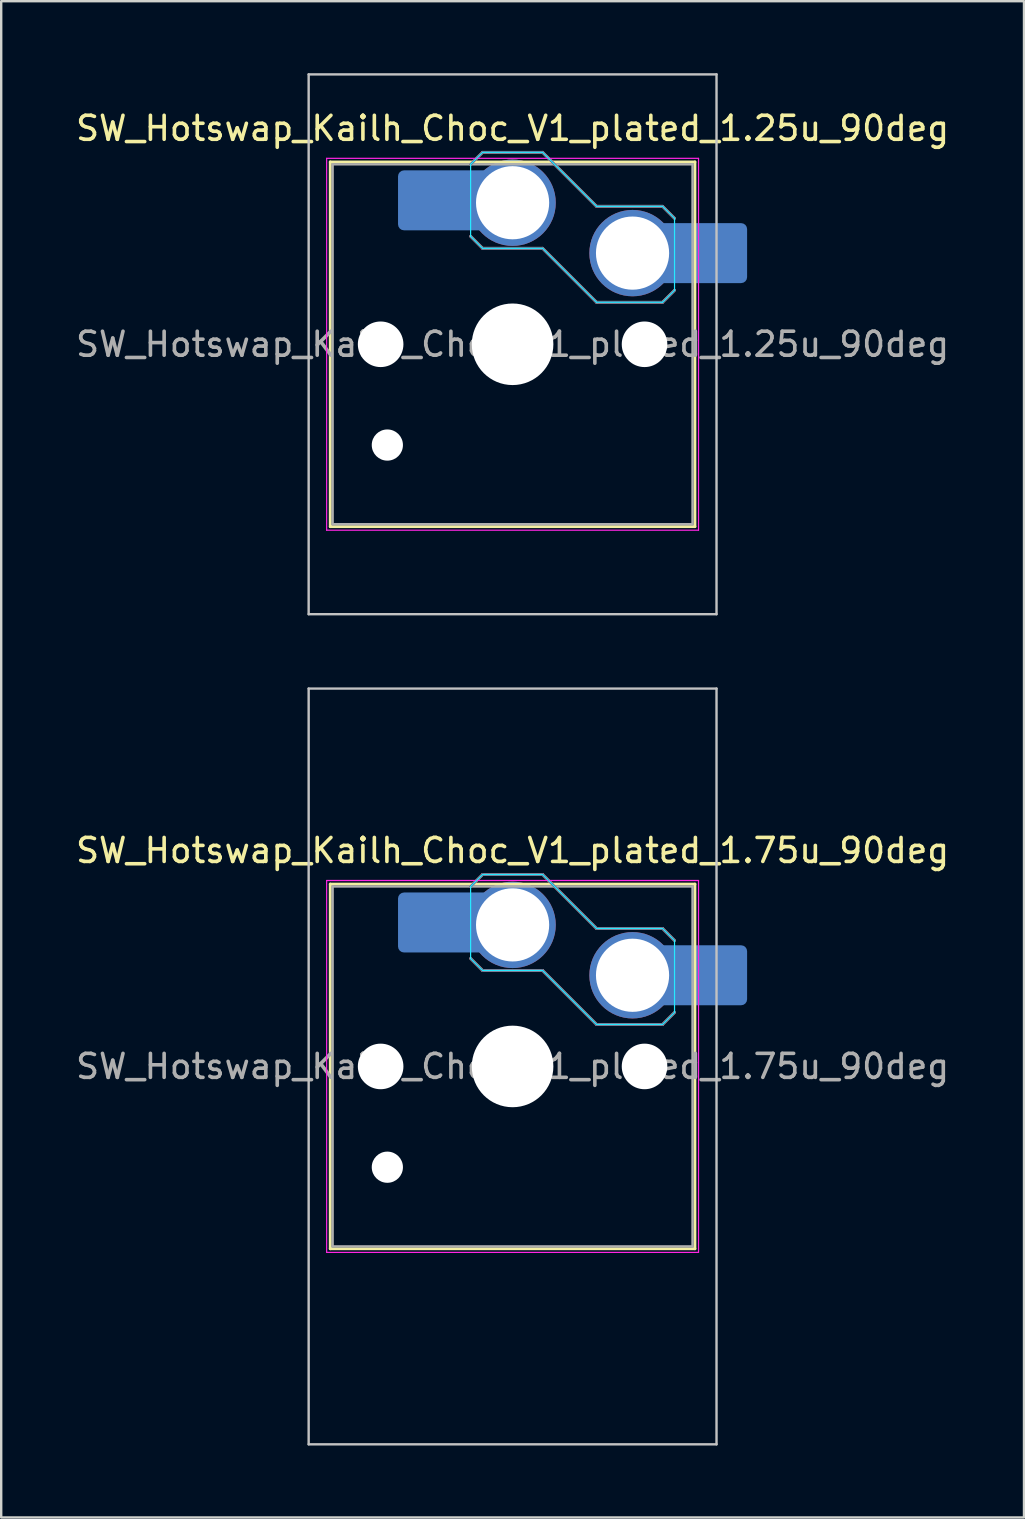
<source format=kicad_pcb>
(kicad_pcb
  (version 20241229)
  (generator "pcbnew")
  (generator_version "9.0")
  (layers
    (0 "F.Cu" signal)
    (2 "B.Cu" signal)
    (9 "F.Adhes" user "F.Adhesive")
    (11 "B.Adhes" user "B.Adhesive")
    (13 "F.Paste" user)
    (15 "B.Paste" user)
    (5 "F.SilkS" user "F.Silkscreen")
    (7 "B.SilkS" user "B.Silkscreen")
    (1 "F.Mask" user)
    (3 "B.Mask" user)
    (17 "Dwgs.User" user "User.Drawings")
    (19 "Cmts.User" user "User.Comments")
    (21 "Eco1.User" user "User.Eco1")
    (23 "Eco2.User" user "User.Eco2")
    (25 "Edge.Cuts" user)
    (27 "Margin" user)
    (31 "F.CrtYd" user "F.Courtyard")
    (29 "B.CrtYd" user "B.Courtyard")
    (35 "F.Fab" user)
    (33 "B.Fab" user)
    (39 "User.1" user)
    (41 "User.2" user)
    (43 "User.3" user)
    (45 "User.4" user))
  (footprint "SW_Hotswap_Kailh_Choc_V1_plated_1.25u_90deg"
    (layer "F.Cu")
    (at 18.315 11.3)
    (property "Reference" "SW_Hotswap_Kailh_Choc_V1_plated_1.25u_90deg" (at 0 -9 0) (layer "F.SilkS") (effects (font (size 1 1) (thickness 0.15))))
    (attr smd)
    (fp_line (start -7.6 -7.6) (end -7.6 7.6) (stroke (width 0.12) (type solid)) (layer "F.SilkS"))
    (fp_line (start -7.6 7.6) (end 7.6 7.6) (stroke (width 0.12) (type solid)) (layer "F.SilkS"))
    (fp_line (start 7.6 -7.6) (end -7.6 -7.6) (stroke (width 0.12) (type solid)) (layer "F.SilkS"))
    (fp_line (start 7.6 7.6) (end 7.6 -7.6) (stroke (width 0.12) (type solid)) (layer "F.SilkS"))
    (fp_line (start -1.75 -7.5) (end -1.25 -8) (stroke (width 0.12) (type solid)) (layer "B.SilkS"))
    (fp_line (start -1.25 -8) (end 1.25 -8) (stroke (width 0.12) (type solid)) (layer "B.SilkS"))
    (fp_line (start -1.25 -4) (end -1.75 -4.5) (stroke (width 0.12) (type solid)) (layer "B.SilkS"))
    (fp_line (start 1.25 -8) (end 3.5 -5.75) (stroke (width 0.12) (type solid)) (layer "B.SilkS"))
    (fp_line (start 1.25 -4) (end -1.25 -4) (stroke (width 0.12) (type solid)) (layer "B.SilkS"))
    (fp_line (start 3.5 -5.75) (end 6.25 -5.75) (stroke (width 0.12) (type solid)) (layer "B.SilkS"))
    (fp_line (start 3.5 -1.75) (end 1.25 -4) (stroke (width 0.12) (type solid)) (layer "B.SilkS"))
    (fp_line (start 6.25 -5.75) (end 6.75 -5.25) (stroke (width 0.12) (type solid)) (layer "B.SilkS"))
    (fp_line (start 6.25 -1.75) (end 3.5 -1.75) (stroke (width 0.12) (type solid)) (layer "B.SilkS"))
    (fp_line (start 6.75 -2.25) (end 6.25 -1.75) (stroke (width 0.12) (type solid)) (layer "B.SilkS"))
    (fp_line (start -8.5 -11.25) (end 8.5 -11.25) (stroke (width 0.1) (type solid)) (layer "Dwgs.User"))
    (fp_line (start -8.5 11.25) (end -8.5 -11.25) (stroke (width 0.1) (type solid)) (layer "Dwgs.User"))
    (fp_line (start 8.5 -11.25) (end 8.5 11.25) (stroke (width 0.1) (type solid)) (layer "Dwgs.User"))
    (fp_line (start 8.5 11.25) (end -8.5 11.25) (stroke (width 0.1) (type solid)) (layer "Dwgs.User"))
    (fp_line (start -7.25 -7.25) (end -7.25 7.25) (stroke (width 0.1) (type solid)) (layer "Eco1.User"))
    (fp_line (start -7.25 7.25) (end 7.25 7.25) (stroke (width 0.1) (type solid)) (layer "Eco1.User"))
    (fp_line (start 7.25 -7.25) (end -7.25 -7.25) (stroke (width 0.1) (type solid)) (layer "Eco1.User"))
    (fp_line (start 7.25 7.25) (end 7.25 -7.25) (stroke (width 0.1) (type solid)) (layer "Eco1.User"))
    (fp_line (start -1.75 -7.5) (end -1.25 -8) (stroke (width 0.05) (type solid)) (layer "B.CrtYd"))
    (fp_line (start -1.75 -4.5) (end -1.75 -7.5) (stroke (width 0.05) (type solid)) (layer "B.CrtYd"))
    (fp_line (start -1.25 -8) (end 1.25 -8) (stroke (width 0.05) (type solid)) (layer "B.CrtYd"))
    (fp_line (start -1.25 -4) (end -1.75 -4.5) (stroke (width 0.05) (type solid)) (layer "B.CrtYd"))
    (fp_line (start 1.25 -8) (end 3.5 -5.75) (stroke (width 0.05) (type solid)) (layer "B.CrtYd"))
    (fp_line (start 1.25 -4) (end -1.25 -4) (stroke (width 0.05) (type solid)) (layer "B.CrtYd"))
    (fp_line (start 3.5 -5.75) (end 6.25 -5.75) (stroke (width 0.05) (type solid)) (layer "B.CrtYd"))
    (fp_line (start 3.5 -1.75) (end 1.25 -4) (stroke (width 0.05) (type solid)) (layer "B.CrtYd"))
    (fp_line (start 6.25 -5.75) (end 6.75 -5.25) (stroke (width 0.05) (type solid)) (layer "B.CrtYd"))
    (fp_line (start 6.25 -1.75) (end 3.5 -1.75) (stroke (width 0.05) (type solid)) (layer "B.CrtYd"))
    (fp_line (start 6.75 -5.25) (end 6.75 -2.25) (stroke (width 0.05) (type solid)) (layer "B.CrtYd"))
    (fp_line (start 6.75 -2.25) (end 6.25 -1.75) (stroke (width 0.05) (type solid)) (layer "B.CrtYd"))
    (fp_line (start -7.75 -7.75) (end -7.75 7.75) (stroke (width 0.05) (type solid)) (layer "F.CrtYd"))
    (fp_line (start -7.75 7.75) (end 7.75 7.75) (stroke (width 0.05) (type solid)) (layer "F.CrtYd"))
    (fp_line (start 7.75 -7.75) (end -7.75 -7.75) (stroke (width 0.05) (type solid)) (layer "F.CrtYd"))
    (fp_line (start 7.75 7.75) (end 7.75 -7.75) (stroke (width 0.05) (type solid)) (layer "F.CrtYd"))
    (fp_line (start -1.75 -7.5) (end -1.25 -8) (stroke (width 0.1) (type solid)) (layer "B.Fab"))
    (fp_line (start -1.25 -8) (end 1.25 -8) (stroke (width 0.1) (type solid)) (layer "B.Fab"))
    (fp_line (start -1.25 -4) (end -1.75 -4.5) (stroke (width 0.1) (type solid)) (layer "B.Fab"))
    (fp_line (start 1.25 -8) (end 3.5 -5.75) (stroke (width 0.1) (type solid)) (layer "B.Fab"))
    (fp_line (start 1.25 -4) (end -1.25 -4) (stroke (width 0.1) (type solid)) (layer "B.Fab"))
    (fp_line (start 3.5 -5.75) (end 6.25 -5.75) (stroke (width 0.1) (type solid)) (layer "B.Fab"))
    (fp_line (start 3.5 -1.75) (end 1.25 -4) (stroke (width 0.1) (type solid)) (layer "B.Fab"))
    (fp_line (start 6.25 -5.75) (end 6.75 -5.25) (stroke (width 0.1) (type solid)) (layer "B.Fab"))
    (fp_line (start 6.25 -1.75) (end 3.5 -1.75) (stroke (width 0.1) (type solid)) (layer "B.Fab"))
    (fp_line (start 6.75 -2.25) (end 6.25 -1.75) (stroke (width 0.1) (type solid)) (layer "B.Fab"))
    (fp_line (start -7.5 -7.5) (end -7.5 7.5) (stroke (width 0.1) (type solid)) (layer "F.Fab"))
    (fp_line (start -7.5 7.5) (end 7.5 7.5) (stroke (width 0.1) (type solid)) (layer "F.Fab"))
    (fp_line (start 7.5 -7.5) (end -7.5 -7.5) (stroke (width 0.1) (type solid)) (layer "F.Fab"))
    (fp_line (start 7.5 7.5) (end 7.5 -7.5) (stroke (width 0.1) (type solid)) (layer "F.Fab"))
    (fp_text user "${REFERENCE}" (at 0 0 0) (layer "F.Fab") (effects (font (size 1 1) (thickness 0.15))))
    (pad "" np_thru_hole circle (at -5.5 0) (size 1.9 1.9) (drill 1.9) (layers "*.Cu" "*.Mask"))
    (pad "" np_thru_hole circle (at -5.22 4.2) (size 1.3 1.3) (drill 1.3) (layers "*.Cu" "*.Mask"))
    (pad "" smd roundrect (at -3.5 -6) (size 2.55 2.5) (layers "B.Mask" "B.Paste") (roundrect_rratio 0.1))
    (pad "" np_thru_hole circle (at 0 0) (size 3.4 3.4) (drill 3.4) (layers "*.Cu" "*.Mask"))
    (pad "" np_thru_hole circle (at 5.5 0) (size 1.9 1.9) (drill 1.9) (layers "*.Cu" "*.Mask"))
    (pad "" smd roundrect (at 8.5 -3.8) (size 2.55 2.5) (layers "B.Mask" "B.Paste") (roundrect_rratio 0.1))
    (pad "1" smd roundrect (at -2.85 -6) (size 3.85 2.5) (layers "B.Cu") (roundrect_rratio 0.1))
    (pad "1" thru_hole circle (at 0 -5.9) (size 3.6 3.6) (drill 3.05) (layers "*.Cu" "B.Mask"))
    (pad "2" thru_hole circle (at 5 -3.8) (size 3.6 3.6) (drill 3.05) (layers "*.Cu" "B.Mask"))
    (pad "2" smd roundrect (at 7.85 -3.8) (size 3.85 2.5) (layers "B.Cu") (roundrect_rratio 0.1)))
  (footprint "SW_Hotswap_Kailh_Choc_V1_plated_1.75u_90deg"
    (layer "F.Cu")
    (at 18.315 41.4)
    (property "Reference" "SW_Hotswap_Kailh_Choc_V1_plated_1.75u_90deg" (at 0 -9 0) (layer "F.SilkS") (effects (font (size 1 1) (thickness 0.15))))
    (attr smd)
    (fp_line (start -7.6 -7.6) (end -7.6 7.6) (stroke (width 0.12) (type solid)) (layer "F.SilkS"))
    (fp_line (start -7.6 7.6) (end 7.6 7.6) (stroke (width 0.12) (type solid)) (layer "F.SilkS"))
    (fp_line (start 7.6 -7.6) (end -7.6 -7.6) (stroke (width 0.12) (type solid)) (layer "F.SilkS"))
    (fp_line (start 7.6 7.6) (end 7.6 -7.6) (stroke (width 0.12) (type solid)) (layer "F.SilkS"))
    (fp_line (start -1.75 -7.5) (end -1.25 -8) (stroke (width 0.12) (type solid)) (layer "B.SilkS"))
    (fp_line (start -1.25 -8) (end 1.25 -8) (stroke (width 0.12) (type solid)) (layer "B.SilkS"))
    (fp_line (start -1.25 -4) (end -1.75 -4.5) (stroke (width 0.12) (type solid)) (layer "B.SilkS"))
    (fp_line (start 1.25 -8) (end 3.5 -5.75) (stroke (width 0.12) (type solid)) (layer "B.SilkS"))
    (fp_line (start 1.25 -4) (end -1.25 -4) (stroke (width 0.12) (type solid)) (layer "B.SilkS"))
    (fp_line (start 3.5 -5.75) (end 6.25 -5.75) (stroke (width 0.12) (type solid)) (layer "B.SilkS"))
    (fp_line (start 3.5 -1.75) (end 1.25 -4) (stroke (width 0.12) (type solid)) (layer "B.SilkS"))
    (fp_line (start 6.25 -5.75) (end 6.75 -5.25) (stroke (width 0.12) (type solid)) (layer "B.SilkS"))
    (fp_line (start 6.25 -1.75) (end 3.5 -1.75) (stroke (width 0.12) (type solid)) (layer "B.SilkS"))
    (fp_line (start 6.75 -2.25) (end 6.25 -1.75) (stroke (width 0.12) (type solid)) (layer "B.SilkS"))
    (fp_line (start -8.5 -15.75) (end 8.5 -15.75) (stroke (width 0.1) (type solid)) (layer "Dwgs.User"))
    (fp_line (start -8.5 15.75) (end -8.5 -15.75) (stroke (width 0.1) (type solid)) (layer "Dwgs.User"))
    (fp_line (start 8.5 -15.75) (end 8.5 15.75) (stroke (width 0.1) (type solid)) (layer "Dwgs.User"))
    (fp_line (start 8.5 15.75) (end -8.5 15.75) (stroke (width 0.1) (type solid)) (layer "Dwgs.User"))
    (fp_line (start -7.25 -7.25) (end -7.25 7.25) (stroke (width 0.1) (type solid)) (layer "Eco1.User"))
    (fp_line (start -7.25 7.25) (end 7.25 7.25) (stroke (width 0.1) (type solid)) (layer "Eco1.User"))
    (fp_line (start 7.25 -7.25) (end -7.25 -7.25) (stroke (width 0.1) (type solid)) (layer "Eco1.User"))
    (fp_line (start 7.25 7.25) (end 7.25 -7.25) (stroke (width 0.1) (type solid)) (layer "Eco1.User"))
    (fp_line (start -1.75 -7.5) (end -1.25 -8) (stroke (width 0.05) (type solid)) (layer "B.CrtYd"))
    (fp_line (start -1.75 -4.5) (end -1.75 -7.5) (stroke (width 0.05) (type solid)) (layer "B.CrtYd"))
    (fp_line (start -1.25 -8) (end 1.25 -8) (stroke (width 0.05) (type solid)) (layer "B.CrtYd"))
    (fp_line (start -1.25 -4) (end -1.75 -4.5) (stroke (width 0.05) (type solid)) (layer "B.CrtYd"))
    (fp_line (start 1.25 -8) (end 3.5 -5.75) (stroke (width 0.05) (type solid)) (layer "B.CrtYd"))
    (fp_line (start 1.25 -4) (end -1.25 -4) (stroke (width 0.05) (type solid)) (layer "B.CrtYd"))
    (fp_line (start 3.5 -5.75) (end 6.25 -5.75) (stroke (width 0.05) (type solid)) (layer "B.CrtYd"))
    (fp_line (start 3.5 -1.75) (end 1.25 -4) (stroke (width 0.05) (type solid)) (layer "B.CrtYd"))
    (fp_line (start 6.25 -5.75) (end 6.75 -5.25) (stroke (width 0.05) (type solid)) (layer "B.CrtYd"))
    (fp_line (start 6.25 -1.75) (end 3.5 -1.75) (stroke (width 0.05) (type solid)) (layer "B.CrtYd"))
    (fp_line (start 6.75 -5.25) (end 6.75 -2.25) (stroke (width 0.05) (type solid)) (layer "B.CrtYd"))
    (fp_line (start 6.75 -2.25) (end 6.25 -1.75) (stroke (width 0.05) (type solid)) (layer "B.CrtYd"))
    (fp_line (start -7.75 -7.75) (end -7.75 7.75) (stroke (width 0.05) (type solid)) (layer "F.CrtYd"))
    (fp_line (start -7.75 7.75) (end 7.75 7.75) (stroke (width 0.05) (type solid)) (layer "F.CrtYd"))
    (fp_line (start 7.75 -7.75) (end -7.75 -7.75) (stroke (width 0.05) (type solid)) (layer "F.CrtYd"))
    (fp_line (start 7.75 7.75) (end 7.75 -7.75) (stroke (width 0.05) (type solid)) (layer "F.CrtYd"))
    (fp_line (start -1.75 -7.5) (end -1.25 -8) (stroke (width 0.1) (type solid)) (layer "B.Fab"))
    (fp_line (start -1.25 -8) (end 1.25 -8) (stroke (width 0.1) (type solid)) (layer "B.Fab"))
    (fp_line (start -1.25 -4) (end -1.75 -4.5) (stroke (width 0.1) (type solid)) (layer "B.Fab"))
    (fp_line (start 1.25 -8) (end 3.5 -5.75) (stroke (width 0.1) (type solid)) (layer "B.Fab"))
    (fp_line (start 1.25 -4) (end -1.25 -4) (stroke (width 0.1) (type solid)) (layer "B.Fab"))
    (fp_line (start 3.5 -5.75) (end 6.25 -5.75) (stroke (width 0.1) (type solid)) (layer "B.Fab"))
    (fp_line (start 3.5 -1.75) (end 1.25 -4) (stroke (width 0.1) (type solid)) (layer "B.Fab"))
    (fp_line (start 6.25 -5.75) (end 6.75 -5.25) (stroke (width 0.1) (type solid)) (layer "B.Fab"))
    (fp_line (start 6.25 -1.75) (end 3.5 -1.75) (stroke (width 0.1) (type solid)) (layer "B.Fab"))
    (fp_line (start 6.75 -2.25) (end 6.25 -1.75) (stroke (width 0.1) (type solid)) (layer "B.Fab"))
    (fp_line (start -7.5 -7.5) (end -7.5 7.5) (stroke (width 0.1) (type solid)) (layer "F.Fab"))
    (fp_line (start -7.5 7.5) (end 7.5 7.5) (stroke (width 0.1) (type solid)) (layer "F.Fab"))
    (fp_line (start 7.5 -7.5) (end -7.5 -7.5) (stroke (width 0.1) (type solid)) (layer "F.Fab"))
    (fp_line (start 7.5 7.5) (end 7.5 -7.5) (stroke (width 0.1) (type solid)) (layer "F.Fab"))
    (fp_text user "${REFERENCE}" (at 0 0 0) (layer "F.Fab") (effects (font (size 1 1) (thickness 0.15))))
    (pad "" np_thru_hole circle (at -5.5 0) (size 1.9 1.9) (drill 1.9) (layers "*.Cu" "*.Mask"))
    (pad "" np_thru_hole circle (at -5.22 4.2) (size 1.3 1.3) (drill 1.3) (layers "*.Cu" "*.Mask"))
    (pad "" smd roundrect (at -3.5 -6) (size 2.55 2.5) (layers "B.Mask" "B.Paste") (roundrect_rratio 0.1))
    (pad "" np_thru_hole circle (at 0 0) (size 3.4 3.4) (drill 3.4) (layers "*.Cu" "*.Mask"))
    (pad "" np_thru_hole circle (at 5.5 0) (size 1.9 1.9) (drill 1.9) (layers "*.Cu" "*.Mask"))
    (pad "" smd roundrect (at 8.5 -3.8) (size 2.55 2.5) (layers "B.Mask" "B.Paste") (roundrect_rratio 0.1))
    (pad "1" smd roundrect (at -2.85 -6) (size 3.85 2.5) (layers "B.Cu") (roundrect_rratio 0.1))
    (pad "1" thru_hole circle (at 0 -5.9) (size 3.6 3.6) (drill 3.05) (layers "*.Cu" "B.Mask"))
    (pad "2" thru_hole circle (at 5 -3.8) (size 3.6 3.6) (drill 3.05) (layers "*.Cu" "B.Mask"))
    (pad "2" smd roundrect (at 7.85 -3.8) (size 3.85 2.5) (layers "B.Cu") (roundrect_rratio 0.1)))
  (gr_rect
    (start -3 -3)
    (end 39.631 60.2)
    (stroke (width 0.1) (type default))
    (fill no)
    (layer "Edge.Cuts")))
</source>
